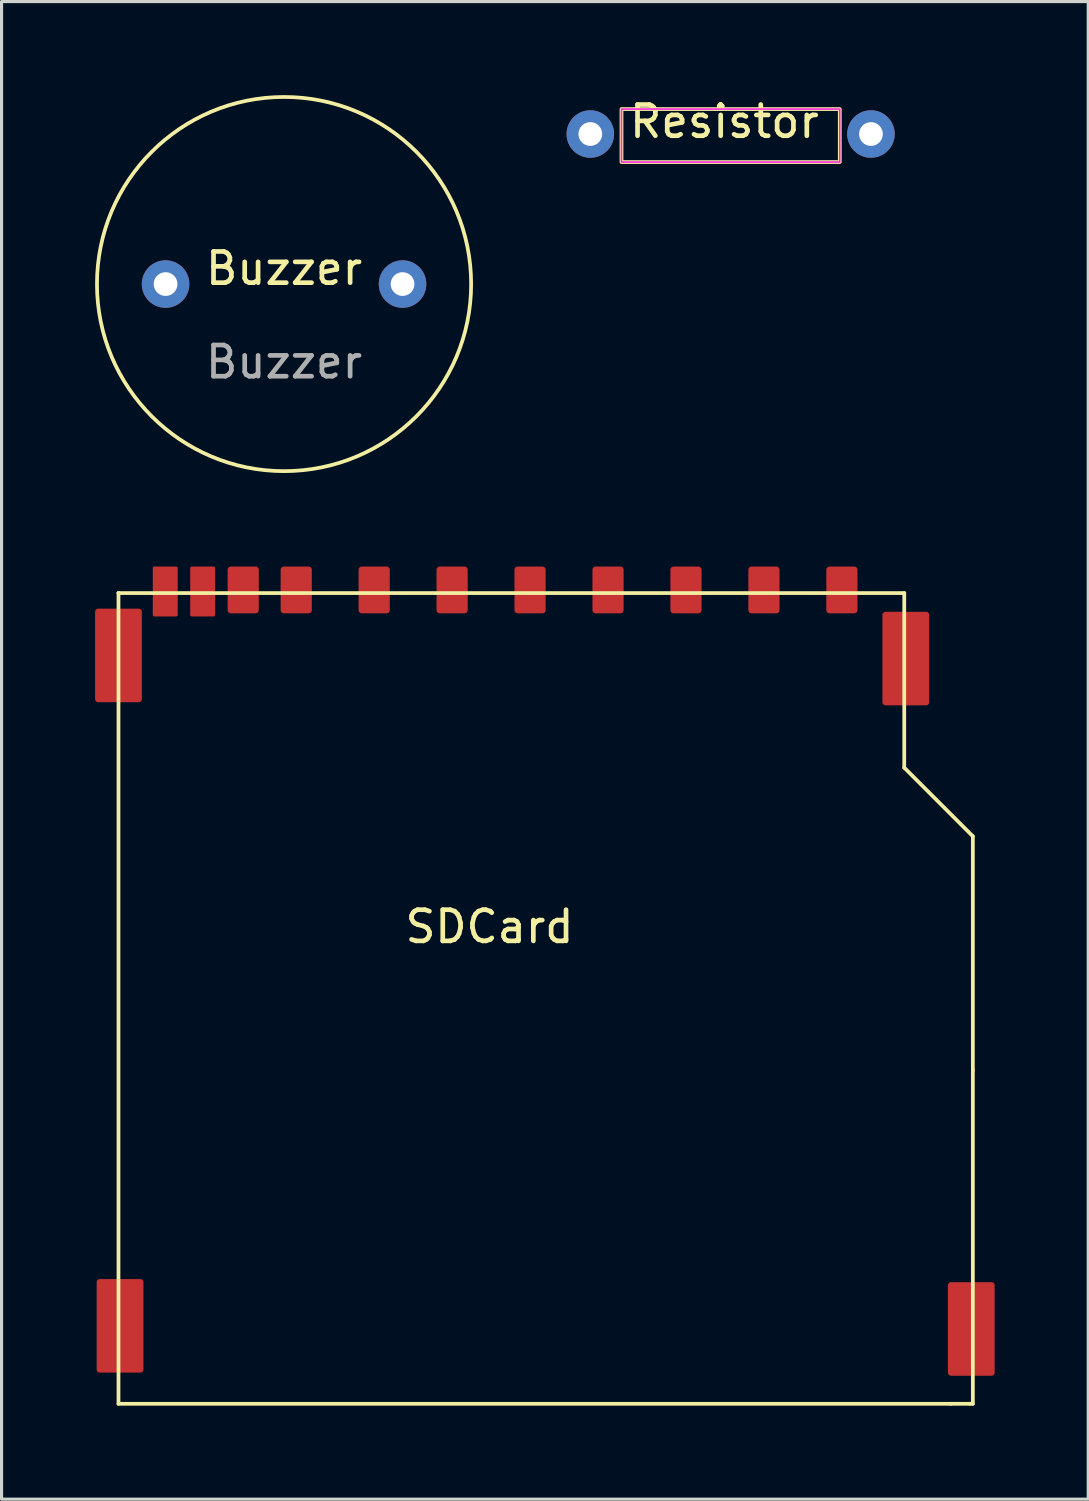
<source format=kicad_pcb>
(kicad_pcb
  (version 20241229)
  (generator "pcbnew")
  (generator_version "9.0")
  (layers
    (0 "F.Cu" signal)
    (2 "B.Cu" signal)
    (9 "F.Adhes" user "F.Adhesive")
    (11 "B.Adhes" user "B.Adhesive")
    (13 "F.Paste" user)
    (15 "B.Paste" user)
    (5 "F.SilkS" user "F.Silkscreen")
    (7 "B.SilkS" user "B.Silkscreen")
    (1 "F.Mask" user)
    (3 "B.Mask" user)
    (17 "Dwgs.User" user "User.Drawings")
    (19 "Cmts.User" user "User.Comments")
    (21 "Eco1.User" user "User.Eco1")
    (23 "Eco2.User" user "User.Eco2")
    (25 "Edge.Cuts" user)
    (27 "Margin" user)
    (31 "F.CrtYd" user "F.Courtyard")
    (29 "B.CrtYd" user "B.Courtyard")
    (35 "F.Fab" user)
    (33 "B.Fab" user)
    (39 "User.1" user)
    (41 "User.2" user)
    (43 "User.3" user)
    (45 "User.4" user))
  (footprint "SDCard"
    (layer "F.Cu")
    (at 12.45 17.47)
    (property "Reference" "SDCard" (at 0.2 9.2 0) (unlocked yes) (layer "F.SilkS") (effects (font (size 1 1) (thickness 0.15))))
    (attr smd)
    (fp_rect (start -12.35 -0.9) (end -11.05 1.9) (stroke (width 0.2) (type solid)) (fill yes) (layer "F.Cu"))
    (fp_rect (start -12.3 20.6) (end -11 23.4) (stroke (width 0.2) (type solid)) (fill yes) (layer "F.Cu"))
    (fp_rect (start -10.55 -2.3) (end -9.85 -0.8) (stroke (width 0.1) (type solid)) (fill yes) (layer "F.Cu"))
    (fp_rect (start -9.35 -2.3) (end -8.65 -0.8) (stroke (width 0.1) (type solid)) (fill yes) (layer "F.Cu"))
    (fp_rect (start 12.9 -0.8) (end 14.2 2) (stroke (width 0.2) (type solid)) (fill yes) (layer "F.Cu"))
    (fp_rect (start 15 20.7) (end 16.3 23.5) (stroke (width 0.2) (type solid)) (fill yes) (layer "F.Cu"))
    (fp_line (start -11.7 -1.5) (end -11.7 -1.5) (stroke (width 0.12) (type solid)) (layer "F.SilkS"))
    (fp_line (start -11.7 -1.5) (end 13.5 -1.5) (stroke (width 0.12) (type solid)) (layer "F.SilkS"))
    (fp_line (start -11.7 24.5) (end -11.7 -1.5) (stroke (width 0.12) (type solid)) (layer "F.SilkS"))
    (fp_line (start 13.5 -1.5) (end 13.5 4.1) (stroke (width 0.12) (type solid)) (layer "F.SilkS"))
    (fp_line (start 13.5 4.1) (end 15.7 6.3) (stroke (width 0.12) (type solid)) (layer "F.SilkS"))
    (fp_line (start 15 24.5) (end -11.7 24.5) (stroke (width 0.12) (type solid)) (layer "F.SilkS"))
    (fp_line (start 15 24.5) (end 15.6 24.5) (stroke (width 0.12) (type solid)) (layer "F.SilkS"))
    (fp_line (start 15.6 24.5) (end 15.7 24.5) (stroke (width 0.12) (type solid)) (layer "F.SilkS"))
    (fp_line (start 15.7 6.3) (end 15.7 13.8) (stroke (width 0.12) (type solid)) (layer "F.SilkS"))
    (fp_line (start 15.7 24.5) (end 15.7 13.8) (stroke (width 0.12) (type solid)) (layer "F.SilkS"))
    (pad "1" smd roundrect (at 9 -1.6 90) (size 1.5 1) (layers "F.Cu" "F.Mask" "F.Paste") (roundrect_rratio 0.1))
    (pad "2" smd roundrect (at 6.5 -1.6 90) (size 1.5 1) (layers "F.Cu" "F.Mask" "F.Paste") (roundrect_rratio 0.1))
    (pad "3" smd roundrect (at 4 -1.6 90) (size 1.5 1) (layers "F.Cu" "F.Mask" "F.Paste") (roundrect_rratio 0.1))
    (pad "4" smd roundrect (at 1.5 -1.6 90) (size 1.5 1) (layers "F.Cu" "F.Mask" "F.Paste") (roundrect_rratio 0.1))
    (pad "5" smd roundrect (at -1 -1.6 90) (size 1.5 1) (layers "F.Cu" "F.Mask" "F.Paste") (roundrect_rratio 0.1))
    (pad "6" smd roundrect (at -3.5 -1.6 90) (size 1.5 1) (layers "F.Cu" "F.Mask" "F.Paste") (roundrect_rratio 0.1))
    (pad "7" smd roundrect (at -6 -1.6 90) (size 1.5 1) (layers "F.Cu" "F.Mask" "F.Paste") (roundrect_rratio 0.1))
    (pad "8" smd roundrect (at -7.7 -1.6 90) (size 1.5 1) (layers "F.Cu" "F.Mask" "F.Paste") (roundrect_rratio 0.1))
    (pad "9" smd roundrect (at 11.5 -1.6 90) (size 1.5 1) (layers "F.Cu" "F.Mask" "F.Paste" "Eco1.User") (roundrect_rratio 0.1)))
  (footprint "Buzzer"
    (layer "F.Cu")
    (at 6.06 6.06)
    (property "Reference" "Buzzer" (at 0 -0.5 0) (unlocked yes) (layer "F.SilkS") (effects (font (size 1 1) (thickness 0.15))))
    (attr through_hole)
    (fp_circle (center 0 0) (end 6 0) (stroke (width 0.12) (type solid)) (fill no) (layer "F.SilkS"))
    (fp_text user "${REFERENCE}" (at 0 2.5 0) (unlocked yes) (layer "F.Fab") (effects (font (size 1 1) (thickness 0.15))))
    (pad "1" thru_hole circle (at -3.8 0) (size 1.524 1.524) (drill 0.762) (layers "*.Cu" "*.Mask"))
    (pad "2" thru_hole circle (at 3.8 0) (size 1.524 1.524) (drill 0.762) (layers "*.Cu" "*.Mask")))
  (footprint "Resistor"
    (layer "F.Cu")
    (at 23.882 1.248)
    (property "Reference" "Resistor" (at -3.7 -0.4 0) (unlocked yes) (layer "F.SilkS") (effects (font (size 1 1) (thickness 0.15))))
    (attr through_hole)
    (fp_rect (start -7 -0.8) (end 0 0.9) (stroke (width 0.12) (type solid)) (fill no) (layer "F.SilkS"))
    (fp_rect (start -7 -0.8) (end 0 0.9) (stroke (width 0.05) (type solid)) (fill no) (layer "F.CrtYd"))
    (pad "1" thru_hole circle (at -8 0) (size 1.524 1.524) (drill 0.762) (layers "*.Cu" "*.Mask"))
    (pad "2" thru_hole circle (at 1 0) (size 1.524 1.524) (drill 0.762) (layers "*.Cu" "*.Mask")))
  (gr_rect
    (start -3 -3)
    (end 31.85 45.03)
    (stroke (width 0.1) (type default))
    (fill no)
    (layer "Edge.Cuts")))
</source>
